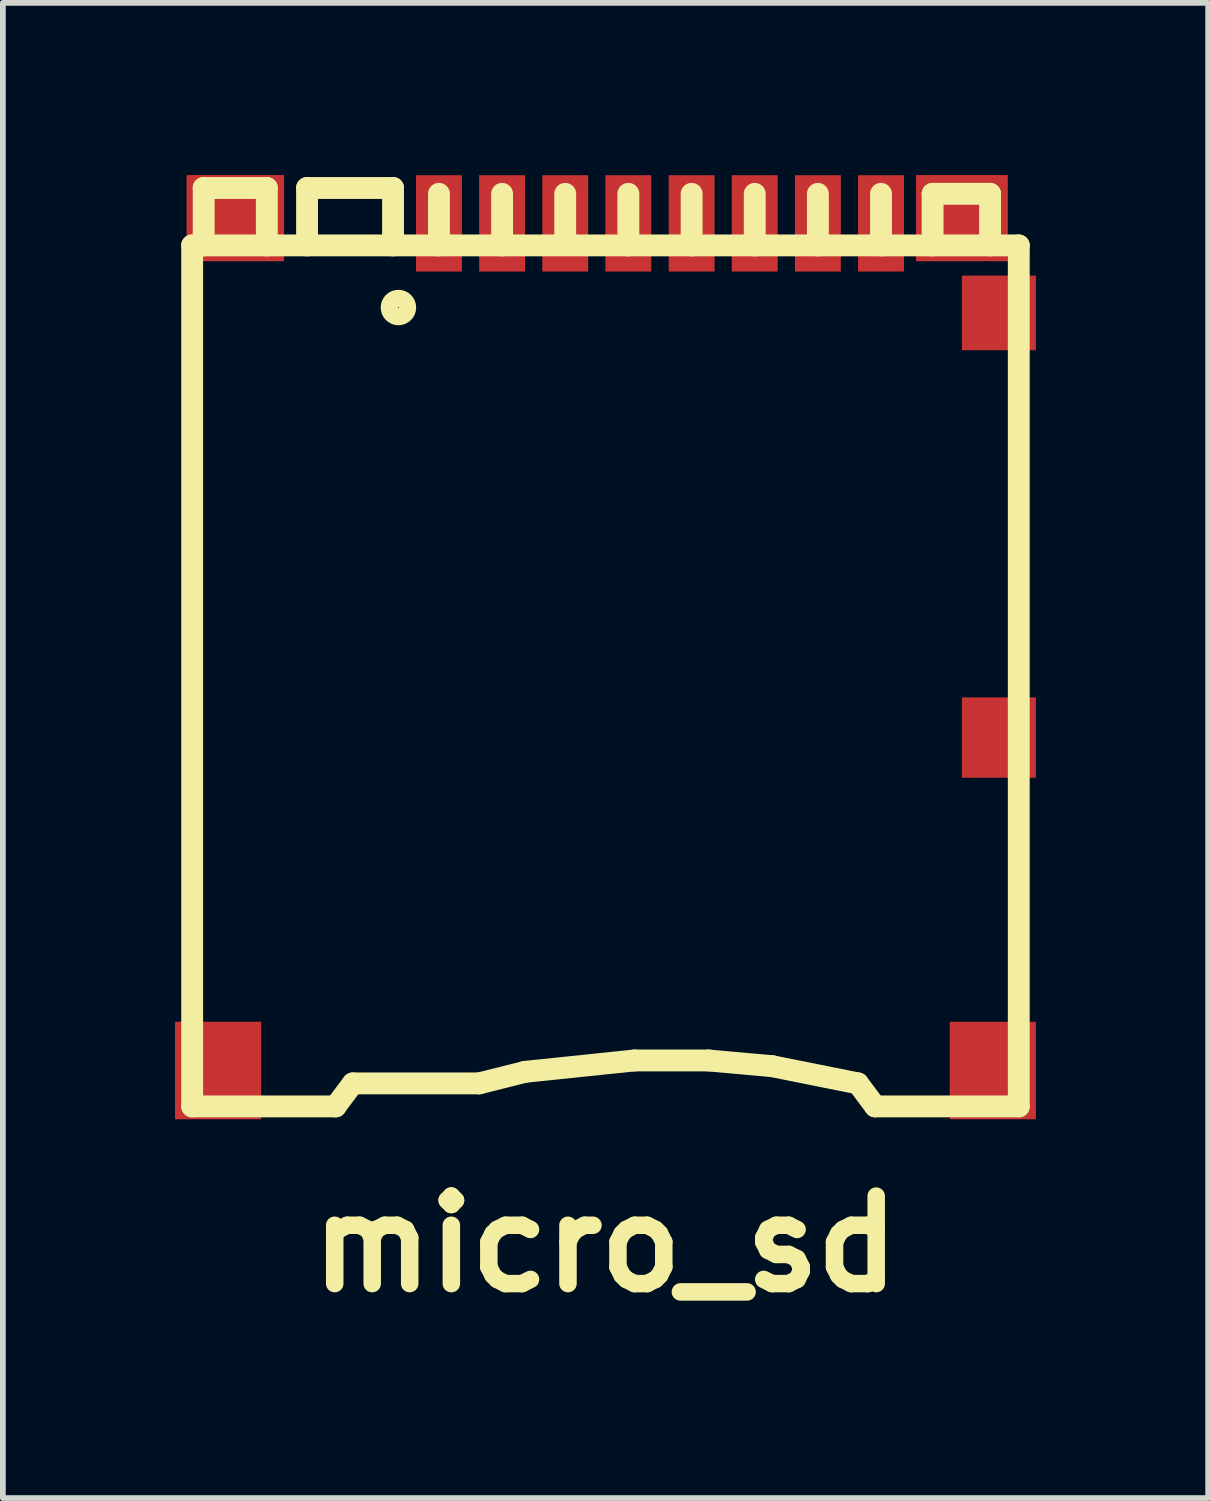
<source format=kicad_pcb>
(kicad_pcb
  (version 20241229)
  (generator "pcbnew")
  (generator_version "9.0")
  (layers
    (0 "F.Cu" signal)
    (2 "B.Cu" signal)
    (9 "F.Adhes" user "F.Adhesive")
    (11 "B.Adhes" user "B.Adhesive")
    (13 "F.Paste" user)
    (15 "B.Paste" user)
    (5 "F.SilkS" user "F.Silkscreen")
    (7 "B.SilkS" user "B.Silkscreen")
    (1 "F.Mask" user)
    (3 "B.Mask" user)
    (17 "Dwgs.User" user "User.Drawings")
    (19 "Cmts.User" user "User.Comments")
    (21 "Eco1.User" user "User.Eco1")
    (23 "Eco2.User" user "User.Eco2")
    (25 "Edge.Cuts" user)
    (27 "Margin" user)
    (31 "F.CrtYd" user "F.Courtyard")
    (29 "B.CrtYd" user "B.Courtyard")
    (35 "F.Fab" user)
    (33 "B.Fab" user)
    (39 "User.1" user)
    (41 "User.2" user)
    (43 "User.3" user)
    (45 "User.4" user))
  (footprint "micro_sd"
    (layer "F.Cu")
    (at 7.499 8.226)
    (property "Reference" "micro_sd" (at 0 10.399 0) (layer "F.SilkS") (effects (font (size 1.524 1.524) (thickness 0.305))))
    (attr through_hole)
    (fp_line (start -7.201 -7) (end -7.201 8.001) (stroke (width 0.381) (type solid)) (layer "F.SilkS"))
    (fp_line (start -7 -7) (end -7 -8.001) (stroke (width 0.381) (type solid)) (layer "F.SilkS"))
    (fp_line (start -5.9 -8.001) (end -7 -8.001) (stroke (width 0.381) (type solid)) (layer "F.SilkS"))
    (fp_line (start -5.9 -8.001) (end -5.9 -7) (stroke (width 0.381) (type solid)) (layer "F.SilkS"))
    (fp_line (start -5.199 -8.001) (end -5.199 -7) (stroke (width 0.381) (type solid)) (layer "F.SilkS"))
    (fp_line (start -4.699 8.001) (end -7.201 8.001) (stroke (width 0.381) (type solid)) (layer "F.SilkS"))
    (fp_line (start -4.402 7.6) (end -4.702 8.001) (stroke (width 0.381) (type solid)) (layer "F.SilkS"))
    (fp_line (start -3.701 -8.001) (end -5.199 -8.001) (stroke (width 0.381) (type solid)) (layer "F.SilkS"))
    (fp_line (start -3.701 -7) (end -3.701 -8.001) (stroke (width 0.381) (type solid)) (layer "F.SilkS"))
    (fp_line (start -2.901 -7) (end -2.901 -7.899) (stroke (width 0.381) (type solid)) (layer "F.SilkS"))
    (fp_line (start -2.2 7.6) (end -4.399 7.6) (stroke (width 0.381) (type solid)) (layer "F.SilkS"))
    (fp_line (start -2.2 7.6) (end -1.4 7.399) (stroke (width 0.381) (type solid)) (layer "F.SilkS"))
    (fp_line (start -1.801 -7.899) (end -1.801 -7) (stroke (width 0.381) (type solid)) (layer "F.SilkS"))
    (fp_line (start -1.4 7.399) (end 0.5 7.201) (stroke (width 0.381) (type solid)) (layer "F.SilkS"))
    (fp_line (start -0.701 -7.899) (end -0.701 -7.099) (stroke (width 0.381) (type solid)) (layer "F.SilkS"))
    (fp_line (start 0.399 -7.899) (end 0.399 -7) (stroke (width 0.381) (type solid)) (layer "F.SilkS"))
    (fp_line (start 0.5 7.201) (end 1.801 7.201) (stroke (width 0.381) (type solid)) (layer "F.SilkS"))
    (fp_line (start 1.501 -7.899) (end 1.501 -7) (stroke (width 0.381) (type solid)) (layer "F.SilkS"))
    (fp_line (start 1.801 7.201) (end 2.901 7.3) (stroke (width 0.381) (type solid)) (layer "F.SilkS"))
    (fp_line (start 2.601 -7.899) (end 2.601 -7) (stroke (width 0.381) (type solid)) (layer "F.SilkS"))
    (fp_line (start 2.901 7.3) (end 4.399 7.6) (stroke (width 0.381) (type solid)) (layer "F.SilkS"))
    (fp_line (start 3.701 -7.899) (end 3.701 -7) (stroke (width 0.381) (type solid)) (layer "F.SilkS"))
    (fp_line (start 4.699 8.001) (end 4.399 7.6) (stroke (width 0.381) (type solid)) (layer "F.SilkS"))
    (fp_line (start 4.699 8.001) (end 7.201 8.001) (stroke (width 0.381) (type solid)) (layer "F.SilkS"))
    (fp_line (start 4.801 -7.899) (end 4.801 -7) (stroke (width 0.381) (type solid)) (layer "F.SilkS"))
    (fp_line (start 5.7 -7.899) (end 6.701 -7.899) (stroke (width 0.381) (type solid)) (layer "F.SilkS"))
    (fp_line (start 5.7 -7) (end 5.7 -7.899) (stroke (width 0.381) (type solid)) (layer "F.SilkS"))
    (fp_line (start 6.701 -7.899) (end 6.701 -7) (stroke (width 0.381) (type solid)) (layer "F.SilkS"))
    (fp_line (start 7.201 -7) (end -7.201 -7) (stroke (width 0.381) (type solid)) (layer "F.SilkS"))
    (fp_line (start 7.201 8.001) (end 7.201 -7) (stroke (width 0.381) (type solid)) (layer "F.SilkS"))
    (fp_circle (center -3.607 -5.918) (end -3.459 -5.86) (stroke (width 0.3) (type solid)) (fill no) (layer "F.SilkS"))
    (pad "1" smd rect (at -2.901 -7.384) (size 0.8 1.679) (layers "F.Cu" "F.Mask" "F.Paste"))
    (pad "2" smd rect (at -1.801 -7.384) (size 0.8 1.679) (layers "F.Cu" "F.Mask" "F.Paste"))
    (pad "3" smd rect (at -0.701 -7.384) (size 0.8 1.679) (layers "F.Cu" "F.Mask" "F.Paste"))
    (pad "4" smd rect (at 0.399 -7.384) (size 0.8 1.679) (layers "F.Cu" "F.Mask" "F.Paste"))
    (pad "5" smd rect (at 1.501 -7.384) (size 0.8 1.679) (layers "F.Cu" "F.Mask" "F.Paste"))
    (pad "6" smd rect (at 2.601 -7.384) (size 0.8 1.679) (layers "F.Cu" "F.Mask" "F.Paste"))
    (pad "7" smd rect (at 3.701 -7.384) (size 0.8 1.679) (layers "F.Cu" "F.Mask" "F.Paste"))
    (pad "8" smd rect (at 4.801 -7.384) (size 0.8 1.679) (layers "F.Cu" "F.Mask" "F.Paste"))
    (pad "9" smd rect (at -6.749 7.376) (size 1.501 1.699) (layers "F.Cu" "F.Mask" "F.Paste"))
    (pad "9" smd rect (at -6.449 -7.475) (size 1.699 1.501) (layers "F.Cu" "F.Mask" "F.Paste"))
    (pad "9" smd rect (at 6.21 -7.475) (size 1.6 1.501) (layers "F.Cu" "F.Mask" "F.Paste"))
    (pad "9" smd rect (at 6.749 7.376) (size 1.501 1.699) (layers "F.Cu" "F.Mask" "F.Paste"))
    (pad "CD1" smd rect (at 6.855 1.575) (size 1.29 1.4) (layers "F.Cu" "F.Mask" "F.Paste"))
    (pad "CD2" smd rect (at 6.855 -5.824) (size 1.29 1.3) (layers "F.Cu" "F.Mask" "F.Paste")))
  (gr_rect
    (start -3 -3)
    (end 18 23.051)
    (stroke (width 0.1) (type default))
    (fill no)
    (layer "Edge.Cuts")))
</source>
